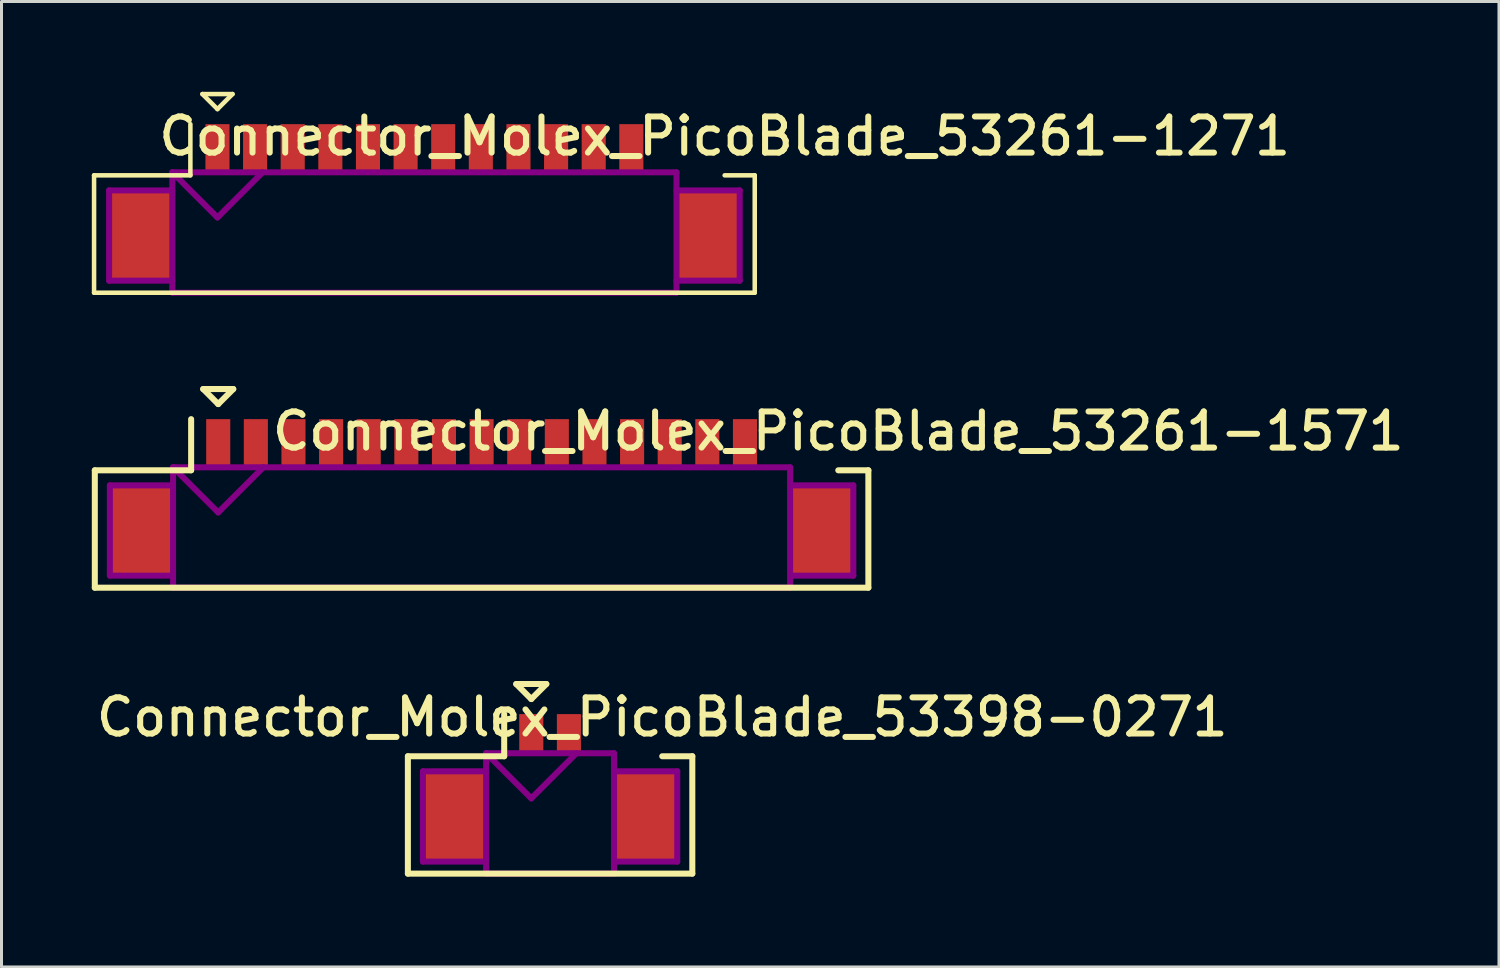
<source format=kicad_pcb>
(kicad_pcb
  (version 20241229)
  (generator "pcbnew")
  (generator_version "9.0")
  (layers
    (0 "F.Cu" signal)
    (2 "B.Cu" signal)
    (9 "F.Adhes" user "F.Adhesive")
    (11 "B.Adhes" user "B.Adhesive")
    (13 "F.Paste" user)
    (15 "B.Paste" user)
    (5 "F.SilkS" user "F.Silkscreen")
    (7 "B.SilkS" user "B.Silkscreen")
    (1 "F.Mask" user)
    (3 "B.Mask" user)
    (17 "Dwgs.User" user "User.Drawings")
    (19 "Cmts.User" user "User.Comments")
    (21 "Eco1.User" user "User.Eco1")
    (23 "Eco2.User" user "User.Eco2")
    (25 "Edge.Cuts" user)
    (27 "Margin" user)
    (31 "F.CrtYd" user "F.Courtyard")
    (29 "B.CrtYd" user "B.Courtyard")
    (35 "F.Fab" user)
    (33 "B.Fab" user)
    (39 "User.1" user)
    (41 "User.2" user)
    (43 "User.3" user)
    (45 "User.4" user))
  (footprint "Connector_Molex_PicoBlade_53261-1271"
    (layer "F.Cu")
    (at 11.05 4.775)
    (property "Reference" "Connector_Molex_PicoBlade_53261-1271" (at 9.975 -3.3 0) (layer "F.SilkS") (effects (font (size 1.2 1.2) (thickness 0.2))))
    (attr through_hole)
    (fp_line (start -10.975 -2) (end -10.975 1.9) (stroke (width 0.15) (type solid)) (layer "F.SilkS"))
    (fp_line (start -10.975 1.9) (end 10.975 1.9) (stroke (width 0.15) (type solid)) (layer "F.SilkS"))
    (fp_line (start -7.775 -3.7) (end -7.775 -2) (stroke (width 0.15) (type solid)) (layer "F.SilkS"))
    (fp_line (start -7.775 -2) (end -10.975 -2) (stroke (width 0.15) (type solid)) (layer "F.SilkS"))
    (fp_line (start -7.375 -4.7) (end -6.375 -4.7) (stroke (width 0.15) (type solid)) (layer "F.SilkS"))
    (fp_line (start -6.875 -4.2) (end -7.375 -4.7) (stroke (width 0.15) (type solid)) (layer "F.SilkS"))
    (fp_line (start -6.375 -4.7) (end -6.875 -4.2) (stroke (width 0.15) (type solid)) (layer "F.SilkS"))
    (fp_line (start 10.975 -2) (end 9.975 -2) (stroke (width 0.15) (type solid)) (layer "F.SilkS"))
    (fp_line (start 10.975 1.9) (end 10.975 -2) (stroke (width 0.15) (type solid)) (layer "F.SilkS"))
    (fp_line (start -10.475 -1.5) (end -10.475 1.5) (stroke (width 0.2) (type solid)) (layer "F.Adhes"))
    (fp_line (start -10.475 1.5) (end -8.375 1.5) (stroke (width 0.2) (type solid)) (layer "F.Adhes"))
    (fp_line (start -8.375 -2.1) (end -8.375 1.9) (stroke (width 0.2) (type solid)) (layer "F.Adhes"))
    (fp_line (start -8.375 -2.1) (end -6.875 -0.6) (stroke (width 0.2) (type solid)) (layer "F.Adhes"))
    (fp_line (start -8.375 -1.5) (end -10.475 -1.5) (stroke (width 0.2) (type solid)) (layer "F.Adhes"))
    (fp_line (start -8.375 1.9) (end 8.375 1.9) (stroke (width 0.2) (type solid)) (layer "F.Adhes"))
    (fp_line (start -6.875 -0.6) (end -5.375 -2.1) (stroke (width 0.2) (type solid)) (layer "F.Adhes"))
    (fp_line (start 8.375 -2.1) (end -8.375 -2.1) (stroke (width 0.2) (type solid)) (layer "F.Adhes"))
    (fp_line (start 8.375 -1.5) (end 10.475 -1.5) (stroke (width 0.2) (type solid)) (layer "F.Adhes"))
    (fp_line (start 8.375 1.9) (end 8.375 -2.1) (stroke (width 0.2) (type solid)) (layer "F.Adhes"))
    (fp_line (start 10.475 -1.5) (end 10.475 1.5) (stroke (width 0.2) (type solid)) (layer "F.Adhes"))
    (fp_line (start 10.475 1.5) (end 8.375 1.5) (stroke (width 0.2) (type solid)) (layer "F.Adhes"))
    (pad "" smd rect (at -9.425 0) (size 2.1 3) (layers "F.Cu" "F.Mask" "F.Paste"))
    (pad "" smd rect (at 9.425 0) (size 2.1 3) (layers "F.Cu" "F.Mask" "F.Paste"))
    (pad "1" smd rect (at -6.875 -2.9) (size 0.8 1.6) (layers "F.Cu" "F.Mask" "F.Paste"))
    (pad "2" smd rect (at -5.625 -2.9) (size 0.8 1.6) (layers "F.Cu" "F.Mask" "F.Paste"))
    (pad "3" smd rect (at -4.375 -2.9) (size 0.8 1.6) (layers "F.Cu" "F.Mask" "F.Paste"))
    (pad "4" smd rect (at -3.125 -2.9) (size 0.8 1.6) (layers "F.Cu" "F.Mask" "F.Paste"))
    (pad "5" smd rect (at -1.875 -2.9) (size 0.8 1.6) (layers "F.Cu" "F.Mask" "F.Paste"))
    (pad "6" smd rect (at -0.625 -2.9) (size 0.8 1.6) (layers "F.Cu" "F.Mask" "F.Paste"))
    (pad "7" smd rect (at 0.625 -2.9) (size 0.8 1.6) (layers "F.Cu" "F.Mask" "F.Paste"))
    (pad "8" smd rect (at 1.875 -2.9) (size 0.8 1.6) (layers "F.Cu" "F.Mask" "F.Paste"))
    (pad "9" smd rect (at 3.125 -2.9) (size 0.8 1.6) (layers "F.Cu" "F.Mask" "F.Paste"))
    (pad "10" smd rect (at 4.375 -2.9) (size 0.8 1.6) (layers "F.Cu" "F.Mask" "F.Paste"))
    (pad "11" smd rect (at 5.625 -2.9) (size 0.8 1.6) (layers "F.Cu" "F.Mask" "F.Paste"))
    (pad "12" smd rect (at 6.875 -2.9) (size 0.8 1.6) (layers "F.Cu" "F.Mask" "F.Paste")))
  (footprint "Connector_Molex_PicoBlade_53261-1571"
    (layer "F.Cu")
    (at 12.95 14.575)
    (property "Reference" "Connector_Molex_PicoBlade_53261-1571" (at 11.85 -3.3 0) (layer "F.SilkS") (effects (font (size 1.2 1.2) (thickness 0.2))))
    (attr through_hole)
    (fp_line (start -12.85 -2) (end -12.85 1.9) (stroke (width 0.2) (type solid)) (layer "F.SilkS"))
    (fp_line (start -12.85 1.9) (end 12.85 1.9) (stroke (width 0.2) (type solid)) (layer "F.SilkS"))
    (fp_line (start -9.65 -3.7) (end -9.65 -2) (stroke (width 0.2) (type solid)) (layer "F.SilkS"))
    (fp_line (start -9.65 -2) (end -12.85 -2) (stroke (width 0.2) (type solid)) (layer "F.SilkS"))
    (fp_line (start -9.25 -4.7) (end -8.25 -4.7) (stroke (width 0.2) (type solid)) (layer "F.SilkS"))
    (fp_line (start -8.75 -4.2) (end -9.25 -4.7) (stroke (width 0.2) (type solid)) (layer "F.SilkS"))
    (fp_line (start -8.25 -4.7) (end -8.75 -4.2) (stroke (width 0.2) (type solid)) (layer "F.SilkS"))
    (fp_line (start 12.85 -2) (end 11.85 -2) (stroke (width 0.2) (type solid)) (layer "F.SilkS"))
    (fp_line (start 12.85 1.9) (end 12.85 -2) (stroke (width 0.2) (type solid)) (layer "F.SilkS"))
    (fp_line (start -12.35 -1.5) (end -12.35 1.5) (stroke (width 0.2) (type solid)) (layer "F.Adhes"))
    (fp_line (start -12.35 1.5) (end -10.25 1.5) (stroke (width 0.2) (type solid)) (layer "F.Adhes"))
    (fp_line (start -10.25 -2.1) (end -10.25 1.9) (stroke (width 0.2) (type solid)) (layer "F.Adhes"))
    (fp_line (start -10.25 -2.1) (end -8.75 -0.6) (stroke (width 0.2) (type solid)) (layer "F.Adhes"))
    (fp_line (start -10.25 -1.5) (end -12.35 -1.5) (stroke (width 0.2) (type solid)) (layer "F.Adhes"))
    (fp_line (start -10.25 1.9) (end 10.25 1.9) (stroke (width 0.2) (type solid)) (layer "F.Adhes"))
    (fp_line (start -8.75 -0.6) (end -7.25 -2.1) (stroke (width 0.2) (type solid)) (layer "F.Adhes"))
    (fp_line (start 10.25 -2.1) (end -10.25 -2.1) (stroke (width 0.2) (type solid)) (layer "F.Adhes"))
    (fp_line (start 10.25 -1.5) (end 12.35 -1.5) (stroke (width 0.2) (type solid)) (layer "F.Adhes"))
    (fp_line (start 10.25 1.9) (end 10.25 -2.1) (stroke (width 0.2) (type solid)) (layer "F.Adhes"))
    (fp_line (start 12.35 -1.5) (end 12.35 1.5) (stroke (width 0.2) (type solid)) (layer "F.Adhes"))
    (fp_line (start 12.35 1.5) (end 10.25 1.5) (stroke (width 0.2) (type solid)) (layer "F.Adhes"))
    (pad "" smd rect (at -11.3 0) (size 2.1 3) (layers "F.Cu" "F.Mask"))
    (pad "" smd rect (at 11.3 0) (size 2.1 3) (layers "F.Cu" "F.Mask"))
    (pad "1" smd rect (at -8.75 -2.9) (size 0.8 1.6) (layers "F.Cu" "F.Mask"))
    (pad "2" smd rect (at -7.5 -2.9) (size 0.8 1.6) (layers "F.Cu" "F.Mask"))
    (pad "3" smd rect (at -6.25 -2.9) (size 0.8 1.6) (layers "F.Cu" "F.Mask"))
    (pad "4" smd rect (at -5 -2.9) (size 0.8 1.6) (layers "F.Cu" "F.Mask"))
    (pad "5" smd rect (at -3.75 -2.9) (size 0.8 1.6) (layers "F.Cu" "F.Mask"))
    (pad "6" smd rect (at -2.5 -2.9) (size 0.8 1.6) (layers "F.Cu" "F.Mask"))
    (pad "7" smd rect (at -1.25 -2.9) (size 0.8 1.6) (layers "F.Cu" "F.Mask"))
    (pad "8" smd rect (at 0 -2.9) (size 0.8 1.6) (layers "F.Cu" "F.Mask"))
    (pad "9" smd rect (at 1.25 -2.9) (size 0.8 1.6) (layers "F.Cu" "F.Mask"))
    (pad "10" smd rect (at 2.5 -2.9) (size 0.8 1.6) (layers "F.Cu" "F.Mask"))
    (pad "11" smd rect (at 3.75 -2.9) (size 0.8 1.6) (layers "F.Cu" "F.Mask"))
    (pad "12" smd rect (at 5 -2.9) (size 0.8 1.6) (layers "F.Cu" "F.Mask"))
    (pad "13" smd rect (at 6.25 -2.9) (size 0.8 1.6) (layers "F.Cu" "F.Mask"))
    (pad "14" smd rect (at 7.5 -2.9) (size 0.8 1.6) (layers "F.Cu" "F.Mask"))
    (pad "15" smd rect (at 8.75 -2.9) (size 0.8 1.6) (layers "F.Cu" "F.Mask")))
  (footprint "Connector_Molex_PicoBlade_53398-0271"
    (layer "F.Cu")
    (at 15.226 24.075)
    (property "Reference" "Connector_Molex_PicoBlade_53398-0271" (at 3.725 -3.3 0) (layer "F.SilkS") (effects (font (size 1.2 1.2) (thickness 0.2))))
    (attr through_hole)
    (fp_line (start -4.725 -2) (end -4.725 1.9) (stroke (width 0.2) (type solid)) (layer "F.SilkS"))
    (fp_line (start -4.725 1.9) (end 4.725 1.9) (stroke (width 0.2) (type solid)) (layer "F.SilkS"))
    (fp_line (start -1.525 -3.4) (end -1.525 -2) (stroke (width 0.2) (type solid)) (layer "F.SilkS"))
    (fp_line (start -1.525 -2) (end -4.725 -2) (stroke (width 0.2) (type solid)) (layer "F.SilkS"))
    (fp_line (start -1.125 -4.4) (end -0.125 -4.4) (stroke (width 0.2) (type solid)) (layer "F.SilkS"))
    (fp_line (start -0.625 -3.9) (end -1.125 -4.4) (stroke (width 0.2) (type solid)) (layer "F.SilkS"))
    (fp_line (start -0.125 -4.4) (end -0.625 -3.9) (stroke (width 0.2) (type solid)) (layer "F.SilkS"))
    (fp_line (start 4.725 -2) (end 3.725 -2) (stroke (width 0.2) (type solid)) (layer "F.SilkS"))
    (fp_line (start 4.725 1.9) (end 4.725 -2) (stroke (width 0.2) (type solid)) (layer "F.SilkS"))
    (fp_line (start -4.225 -1.5) (end -4.225 1.5) (stroke (width 0.2) (type solid)) (layer "F.Adhes"))
    (fp_line (start -4.225 1.5) (end -2.125 1.5) (stroke (width 0.2) (type solid)) (layer "F.Adhes"))
    (fp_line (start -2.125 -2.1) (end -2.125 1.9) (stroke (width 0.2) (type solid)) (layer "F.Adhes"))
    (fp_line (start -2.125 -2.1) (end -0.625 -0.6) (stroke (width 0.2) (type solid)) (layer "F.Adhes"))
    (fp_line (start -2.125 -1.5) (end -4.225 -1.5) (stroke (width 0.2) (type solid)) (layer "F.Adhes"))
    (fp_line (start -2.125 1.9) (end 2.125 1.9) (stroke (width 0.2) (type solid)) (layer "F.Adhes"))
    (fp_line (start -0.625 -0.6) (end 0.875 -2.1) (stroke (width 0.2) (type solid)) (layer "F.Adhes"))
    (fp_line (start 2.125 -2.1) (end -2.125 -2.1) (stroke (width 0.2) (type solid)) (layer "F.Adhes"))
    (fp_line (start 2.125 -1.5) (end 4.225 -1.5) (stroke (width 0.2) (type solid)) (layer "F.Adhes"))
    (fp_line (start 2.125 1.9) (end 2.125 -2.1) (stroke (width 0.2) (type solid)) (layer "F.Adhes"))
    (fp_line (start 4.225 -1.5) (end 4.225 1.5) (stroke (width 0.2) (type solid)) (layer "F.Adhes"))
    (fp_line (start 4.225 1.5) (end 2.125 1.5) (stroke (width 0.2) (type solid)) (layer "F.Adhes"))
    (pad "" smd rect (at -3.175 0) (size 2.1 3) (layers "F.Cu" "F.Mask" "F.Paste"))
    (pad "" smd rect (at 3.175 0) (size 2.1 3) (layers "F.Cu" "F.Mask" "F.Paste"))
    (pad "1" smd rect (at -0.625 -2.75) (size 0.8 1.3) (layers "F.Cu" "F.Mask" "F.Paste"))
    (pad "2" smd rect (at 0.625 -2.75) (size 0.8 1.3) (layers "F.Cu" "F.Mask" "F.Paste")))
  (gr_rect
    (start -3 -3)
    (end 46.751 29.075)
    (stroke (width 0.1) (type default))
    (fill no)
    (layer "Edge.Cuts")))
</source>
